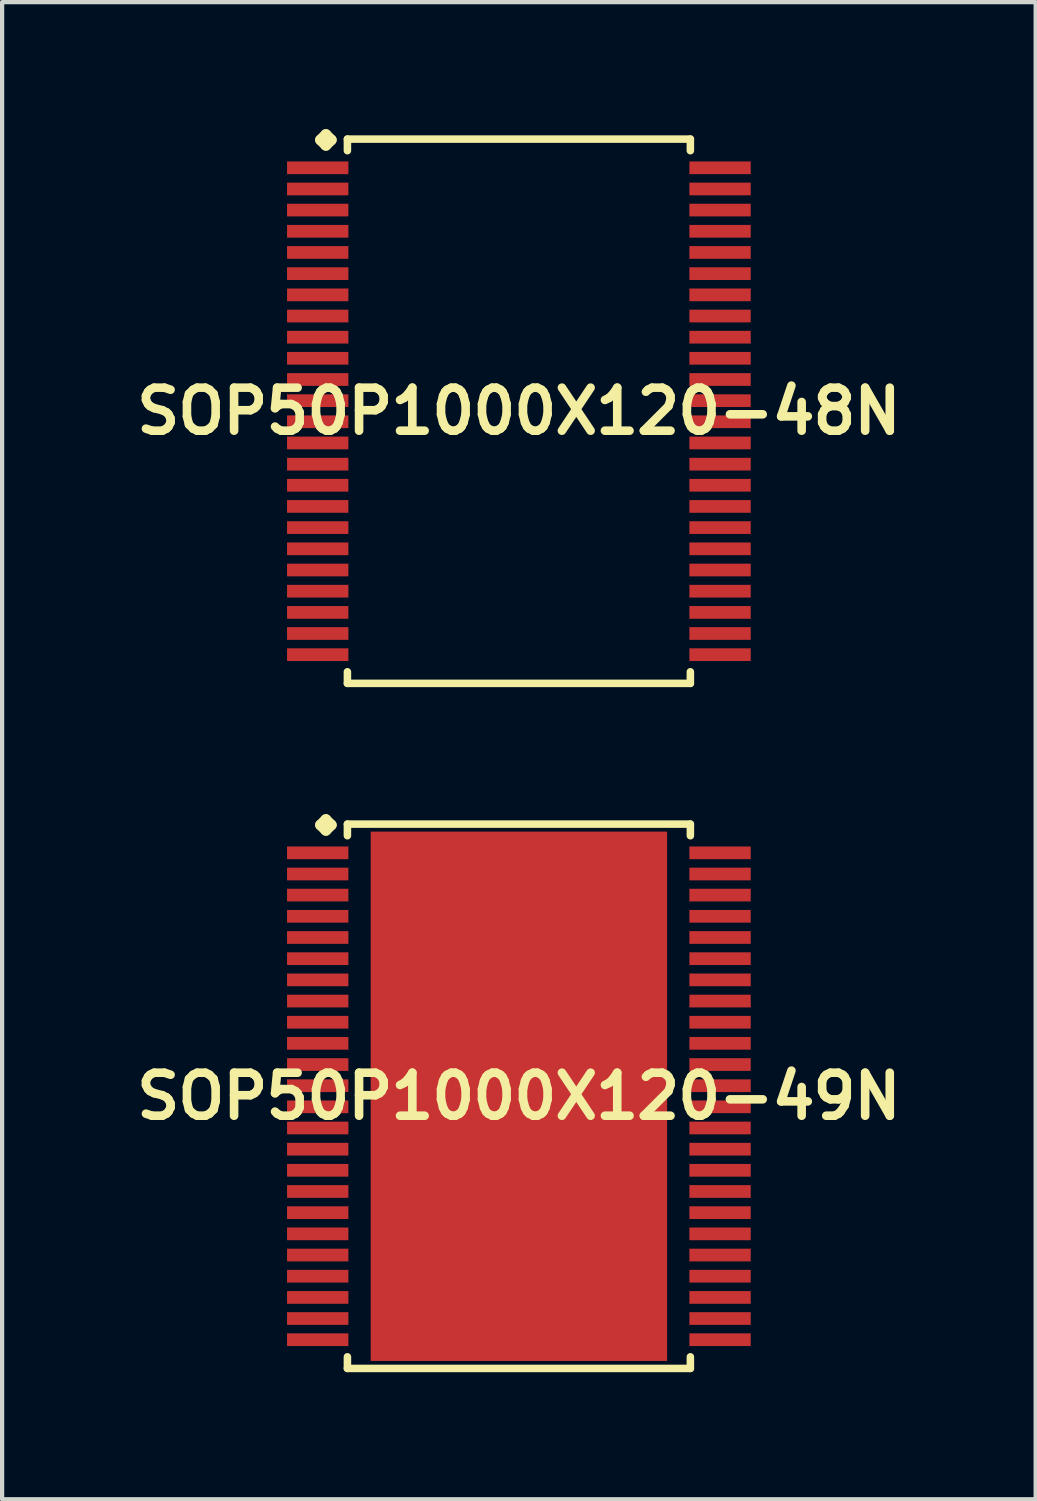
<source format=kicad_pcb>
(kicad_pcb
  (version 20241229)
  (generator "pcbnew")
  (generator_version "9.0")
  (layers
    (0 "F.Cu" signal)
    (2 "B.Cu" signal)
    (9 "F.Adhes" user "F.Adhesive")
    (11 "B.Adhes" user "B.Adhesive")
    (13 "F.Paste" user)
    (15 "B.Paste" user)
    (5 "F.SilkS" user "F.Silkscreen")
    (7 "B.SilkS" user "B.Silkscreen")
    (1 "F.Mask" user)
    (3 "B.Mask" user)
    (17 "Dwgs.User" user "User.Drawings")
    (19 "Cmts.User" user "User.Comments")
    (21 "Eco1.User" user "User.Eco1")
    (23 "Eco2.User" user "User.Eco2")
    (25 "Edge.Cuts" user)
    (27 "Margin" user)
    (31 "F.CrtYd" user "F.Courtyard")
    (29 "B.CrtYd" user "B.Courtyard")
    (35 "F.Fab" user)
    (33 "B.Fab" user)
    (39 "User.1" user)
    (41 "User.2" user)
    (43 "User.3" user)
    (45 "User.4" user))
  (footprint "SOP50P1000X120-49N"
    (layer "F.Cu")
    (at 9.202 22.835)
    (property "Reference" "SOP50P1000X120-49N" (at 0 0 0) (layer "F.SilkS") (effects (font (size 1.016 1.016) (thickness 0.203))))
    (attr smd)
    (fp_line (start -4.684 -6.406) (end -4.557 -6.533) (stroke (width 0.254) (type solid)) (layer "F.SilkS"))
    (fp_line (start -4.557 -6.533) (end -4.43 -6.406) (stroke (width 0.254) (type solid)) (layer "F.SilkS"))
    (fp_line (start -4.557 -6.279) (end -4.684 -6.406) (stroke (width 0.254) (type solid)) (layer "F.SilkS"))
    (fp_line (start -4.43 -6.406) (end -4.557 -6.279) (stroke (width 0.254) (type solid)) (layer "F.SilkS"))
    (fp_line (start -4.049 -6.426) (end 4.049 -6.426) (stroke (width 0.178) (type solid)) (layer "F.SilkS"))
    (fp_line (start -4.049 -6.152) (end -4.049 -6.426) (stroke (width 0.178) (type solid)) (layer "F.SilkS"))
    (fp_line (start -4.049 6.152) (end -4.049 6.426) (stroke (width 0.178) (type solid)) (layer "F.SilkS"))
    (fp_line (start -4.049 6.426) (end 4.049 6.426) (stroke (width 0.178) (type solid)) (layer "F.SilkS"))
    (fp_line (start 4.049 -6.426) (end 4.049 -6.152) (stroke (width 0.178) (type solid)) (layer "F.SilkS"))
    (fp_line (start 4.049 6.426) (end 4.049 6.152) (stroke (width 0.178) (type solid)) (layer "F.SilkS"))
    (pad "1" smd rect (at -4.75 -5.748) (size 1.448 0.3) (layers "F.Cu" "F.Mask" "F.Paste"))
    (pad "2" smd rect (at -4.75 -5.248) (size 1.448 0.3) (layers "F.Cu" "F.Mask" "F.Paste"))
    (pad "3" smd rect (at -4.75 -4.75) (size 1.448 0.3) (layers "F.Cu" "F.Mask" "F.Paste"))
    (pad "4" smd rect (at -4.75 -4.249) (size 1.448 0.3) (layers "F.Cu" "F.Mask" "F.Paste"))
    (pad "5" smd rect (at -4.75 -3.749) (size 1.448 0.3) (layers "F.Cu" "F.Mask" "F.Paste"))
    (pad "6" smd rect (at -4.75 -3.249) (size 1.448 0.3) (layers "F.Cu" "F.Mask" "F.Paste"))
    (pad "7" smd rect (at -4.75 -2.748) (size 1.448 0.3) (layers "F.Cu" "F.Mask" "F.Paste"))
    (pad "8" smd rect (at -4.75 -2.248) (size 1.448 0.3) (layers "F.Cu" "F.Mask" "F.Paste"))
    (pad "9" smd rect (at -4.75 -1.748) (size 1.448 0.3) (layers "F.Cu" "F.Mask" "F.Paste"))
    (pad "10" smd rect (at -4.75 -1.25) (size 1.448 0.3) (layers "F.Cu" "F.Mask" "F.Paste"))
    (pad "11" smd rect (at -4.75 -0.749) (size 1.448 0.3) (layers "F.Cu" "F.Mask" "F.Paste"))
    (pad "12" smd rect (at -4.75 -0.249) (size 1.448 0.3) (layers "F.Cu" "F.Mask" "F.Paste"))
    (pad "13" smd rect (at -4.75 0.249) (size 1.448 0.3) (layers "F.Cu" "F.Mask" "F.Paste"))
    (pad "14" smd rect (at -4.75 0.749) (size 1.448 0.3) (layers "F.Cu" "F.Mask" "F.Paste"))
    (pad "15" smd rect (at -4.75 1.25) (size 1.448 0.3) (layers "F.Cu" "F.Mask" "F.Paste"))
    (pad "16" smd rect (at -4.75 1.748) (size 1.448 0.3) (layers "F.Cu" "F.Mask" "F.Paste"))
    (pad "17" smd rect (at -4.75 2.248) (size 1.448 0.3) (layers "F.Cu" "F.Mask" "F.Paste"))
    (pad "18" smd rect (at -4.75 2.748) (size 1.448 0.3) (layers "F.Cu" "F.Mask" "F.Paste"))
    (pad "19" smd rect (at -4.75 3.249) (size 1.448 0.3) (layers "F.Cu" "F.Mask" "F.Paste"))
    (pad "20" smd rect (at -4.75 3.749) (size 1.448 0.3) (layers "F.Cu" "F.Mask" "F.Paste"))
    (pad "21" smd rect (at -4.75 4.249) (size 1.448 0.3) (layers "F.Cu" "F.Mask" "F.Paste"))
    (pad "22" smd rect (at -4.75 4.75) (size 1.448 0.3) (layers "F.Cu" "F.Mask" "F.Paste"))
    (pad "23" smd rect (at -4.75 5.248) (size 1.448 0.3) (layers "F.Cu" "F.Mask" "F.Paste"))
    (pad "24" smd rect (at -4.75 5.748) (size 1.448 0.3) (layers "F.Cu" "F.Mask" "F.Paste"))
    (pad "25" smd rect (at 4.75 5.748) (size 1.448 0.3) (layers "F.Cu" "F.Mask" "F.Paste"))
    (pad "26" smd rect (at 4.75 5.248) (size 1.448 0.3) (layers "F.Cu" "F.Mask" "F.Paste"))
    (pad "27" smd rect (at 4.75 4.75) (size 1.448 0.3) (layers "F.Cu" "F.Mask" "F.Paste"))
    (pad "28" smd rect (at 4.75 4.249) (size 1.448 0.3) (layers "F.Cu" "F.Mask" "F.Paste"))
    (pad "29" smd rect (at 4.75 3.749) (size 1.448 0.3) (layers "F.Cu" "F.Mask" "F.Paste"))
    (pad "30" smd rect (at 4.75 3.249) (size 1.448 0.3) (layers "F.Cu" "F.Mask" "F.Paste"))
    (pad "31" smd rect (at 4.75 2.748) (size 1.448 0.3) (layers "F.Cu" "F.Mask" "F.Paste"))
    (pad "32" smd rect (at 4.75 2.248) (size 1.448 0.3) (layers "F.Cu" "F.Mask" "F.Paste"))
    (pad "33" smd rect (at 4.75 1.748) (size 1.448 0.3) (layers "F.Cu" "F.Mask" "F.Paste"))
    (pad "34" smd rect (at 4.75 1.25) (size 1.448 0.3) (layers "F.Cu" "F.Mask" "F.Paste"))
    (pad "35" smd rect (at 4.75 0.749) (size 1.448 0.3) (layers "F.Cu" "F.Mask" "F.Paste"))
    (pad "36" smd rect (at 4.75 0.249) (size 1.448 0.3) (layers "F.Cu" "F.Mask" "F.Paste"))
    (pad "37" smd rect (at 4.75 -0.249) (size 1.448 0.3) (layers "F.Cu" "F.Mask" "F.Paste"))
    (pad "38" smd rect (at 4.75 -0.749) (size 1.448 0.3) (layers "F.Cu" "F.Mask" "F.Paste"))
    (pad "39" smd rect (at 4.75 -1.25) (size 1.448 0.3) (layers "F.Cu" "F.Mask" "F.Paste"))
    (pad "40" smd rect (at 4.75 -1.748) (size 1.448 0.3) (layers "F.Cu" "F.Mask" "F.Paste"))
    (pad "41" smd rect (at 4.75 -2.248) (size 1.448 0.3) (layers "F.Cu" "F.Mask" "F.Paste"))
    (pad "42" smd rect (at 4.75 -2.748) (size 1.448 0.3) (layers "F.Cu" "F.Mask" "F.Paste"))
    (pad "43" smd rect (at 4.75 -3.249) (size 1.448 0.3) (layers "F.Cu" "F.Mask" "F.Paste"))
    (pad "44" smd rect (at 4.75 -3.749) (size 1.448 0.3) (layers "F.Cu" "F.Mask" "F.Paste"))
    (pad "45" smd rect (at 4.75 -4.249) (size 1.448 0.3) (layers "F.Cu" "F.Mask" "F.Paste"))
    (pad "46" smd rect (at 4.75 -4.75) (size 1.448 0.3) (layers "F.Cu" "F.Mask" "F.Paste"))
    (pad "47" smd rect (at 4.75 -5.248) (size 1.448 0.3) (layers "F.Cu" "F.Mask" "F.Paste"))
    (pad "48" smd rect (at 4.75 -5.748) (size 1.448 0.3) (layers "F.Cu" "F.Mask" "F.Paste"))
    (pad "49" smd rect (at 0 0) (size 6.998 12.499) (layers "F.Cu" "F.Mask" "F.Paste")))
  (footprint "SOP50P1000X120-48N"
    (layer "F.Cu")
    (at 9.202 6.66)
    (property "Reference" "SOP50P1000X120-48N" (at 0 0 0) (layer "F.SilkS") (effects (font (size 1.016 1.016) (thickness 0.203))))
    (attr smd)
    (fp_line (start -4.684 -6.406) (end -4.557 -6.533) (stroke (width 0.254) (type solid)) (layer "F.SilkS"))
    (fp_line (start -4.557 -6.533) (end -4.43 -6.406) (stroke (width 0.254) (type solid)) (layer "F.SilkS"))
    (fp_line (start -4.557 -6.279) (end -4.684 -6.406) (stroke (width 0.254) (type solid)) (layer "F.SilkS"))
    (fp_line (start -4.43 -6.406) (end -4.557 -6.279) (stroke (width 0.254) (type solid)) (layer "F.SilkS"))
    (fp_line (start -4.049 -6.426) (end 4.049 -6.426) (stroke (width 0.178) (type solid)) (layer "F.SilkS"))
    (fp_line (start -4.049 -6.152) (end -4.049 -6.426) (stroke (width 0.178) (type solid)) (layer "F.SilkS"))
    (fp_line (start -4.049 6.152) (end -4.049 6.426) (stroke (width 0.178) (type solid)) (layer "F.SilkS"))
    (fp_line (start -4.049 6.426) (end 4.049 6.426) (stroke (width 0.178) (type solid)) (layer "F.SilkS"))
    (fp_line (start 4.049 -6.426) (end 4.049 -6.152) (stroke (width 0.178) (type solid)) (layer "F.SilkS"))
    (fp_line (start 4.049 6.426) (end 4.049 6.152) (stroke (width 0.178) (type solid)) (layer "F.SilkS"))
    (pad "1" smd rect (at -4.75 -5.748) (size 1.448 0.3) (layers "F.Cu" "F.Mask" "F.Paste"))
    (pad "2" smd rect (at -4.75 -5.248) (size 1.448 0.3) (layers "F.Cu" "F.Mask" "F.Paste"))
    (pad "3" smd rect (at -4.75 -4.75) (size 1.448 0.3) (layers "F.Cu" "F.Mask" "F.Paste"))
    (pad "4" smd rect (at -4.75 -4.249) (size 1.448 0.3) (layers "F.Cu" "F.Mask" "F.Paste"))
    (pad "5" smd rect (at -4.75 -3.749) (size 1.448 0.3) (layers "F.Cu" "F.Mask" "F.Paste"))
    (pad "6" smd rect (at -4.75 -3.249) (size 1.448 0.3) (layers "F.Cu" "F.Mask" "F.Paste"))
    (pad "7" smd rect (at -4.75 -2.748) (size 1.448 0.3) (layers "F.Cu" "F.Mask" "F.Paste"))
    (pad "8" smd rect (at -4.75 -2.248) (size 1.448 0.3) (layers "F.Cu" "F.Mask" "F.Paste"))
    (pad "9" smd rect (at -4.75 -1.748) (size 1.448 0.3) (layers "F.Cu" "F.Mask" "F.Paste"))
    (pad "10" smd rect (at -4.75 -1.25) (size 1.448 0.3) (layers "F.Cu" "F.Mask" "F.Paste"))
    (pad "11" smd rect (at -4.75 -0.749) (size 1.448 0.3) (layers "F.Cu" "F.Mask" "F.Paste"))
    (pad "12" smd rect (at -4.75 -0.249) (size 1.448 0.3) (layers "F.Cu" "F.Mask" "F.Paste"))
    (pad "13" smd rect (at -4.75 0.249) (size 1.448 0.3) (layers "F.Cu" "F.Mask" "F.Paste"))
    (pad "14" smd rect (at -4.75 0.749) (size 1.448 0.3) (layers "F.Cu" "F.Mask" "F.Paste"))
    (pad "15" smd rect (at -4.75 1.25) (size 1.448 0.3) (layers "F.Cu" "F.Mask" "F.Paste"))
    (pad "16" smd rect (at -4.75 1.748) (size 1.448 0.3) (layers "F.Cu" "F.Mask" "F.Paste"))
    (pad "17" smd rect (at -4.75 2.248) (size 1.448 0.3) (layers "F.Cu" "F.Mask" "F.Paste"))
    (pad "18" smd rect (at -4.75 2.748) (size 1.448 0.3) (layers "F.Cu" "F.Mask" "F.Paste"))
    (pad "19" smd rect (at -4.75 3.249) (size 1.448 0.3) (layers "F.Cu" "F.Mask" "F.Paste"))
    (pad "20" smd rect (at -4.75 3.749) (size 1.448 0.3) (layers "F.Cu" "F.Mask" "F.Paste"))
    (pad "21" smd rect (at -4.75 4.249) (size 1.448 0.3) (layers "F.Cu" "F.Mask" "F.Paste"))
    (pad "22" smd rect (at -4.75 4.75) (size 1.448 0.3) (layers "F.Cu" "F.Mask" "F.Paste"))
    (pad "23" smd rect (at -4.75 5.248) (size 1.448 0.3) (layers "F.Cu" "F.Mask" "F.Paste"))
    (pad "24" smd rect (at -4.75 5.748) (size 1.448 0.3) (layers "F.Cu" "F.Mask" "F.Paste"))
    (pad "25" smd rect (at 4.75 5.748) (size 1.448 0.3) (layers "F.Cu" "F.Mask" "F.Paste"))
    (pad "26" smd rect (at 4.75 5.248) (size 1.448 0.3) (layers "F.Cu" "F.Mask" "F.Paste"))
    (pad "27" smd rect (at 4.75 4.75) (size 1.448 0.3) (layers "F.Cu" "F.Mask" "F.Paste"))
    (pad "28" smd rect (at 4.75 4.249) (size 1.448 0.3) (layers "F.Cu" "F.Mask" "F.Paste"))
    (pad "29" smd rect (at 4.75 3.749) (size 1.448 0.3) (layers "F.Cu" "F.Mask" "F.Paste"))
    (pad "30" smd rect (at 4.75 3.249) (size 1.448 0.3) (layers "F.Cu" "F.Mask" "F.Paste"))
    (pad "31" smd rect (at 4.75 2.748) (size 1.448 0.3) (layers "F.Cu" "F.Mask" "F.Paste"))
    (pad "32" smd rect (at 4.75 2.248) (size 1.448 0.3) (layers "F.Cu" "F.Mask" "F.Paste"))
    (pad "33" smd rect (at 4.75 1.748) (size 1.448 0.3) (layers "F.Cu" "F.Mask" "F.Paste"))
    (pad "34" smd rect (at 4.75 1.25) (size 1.448 0.3) (layers "F.Cu" "F.Mask" "F.Paste"))
    (pad "35" smd rect (at 4.75 0.749) (size 1.448 0.3) (layers "F.Cu" "F.Mask" "F.Paste"))
    (pad "36" smd rect (at 4.75 0.249) (size 1.448 0.3) (layers "F.Cu" "F.Mask" "F.Paste"))
    (pad "37" smd rect (at 4.75 -0.249) (size 1.448 0.3) (layers "F.Cu" "F.Mask" "F.Paste"))
    (pad "38" smd rect (at 4.75 -0.749) (size 1.448 0.3) (layers "F.Cu" "F.Mask" "F.Paste"))
    (pad "39" smd rect (at 4.75 -1.25) (size 1.448 0.3) (layers "F.Cu" "F.Mask" "F.Paste"))
    (pad "40" smd rect (at 4.75 -1.748) (size 1.448 0.3) (layers "F.Cu" "F.Mask" "F.Paste"))
    (pad "41" smd rect (at 4.75 -2.248) (size 1.448 0.3) (layers "F.Cu" "F.Mask" "F.Paste"))
    (pad "42" smd rect (at 4.75 -2.748) (size 1.448 0.3) (layers "F.Cu" "F.Mask" "F.Paste"))
    (pad "43" smd rect (at 4.75 -3.249) (size 1.448 0.3) (layers "F.Cu" "F.Mask" "F.Paste"))
    (pad "44" smd rect (at 4.75 -3.749) (size 1.448 0.3) (layers "F.Cu" "F.Mask" "F.Paste"))
    (pad "45" smd rect (at 4.75 -4.249) (size 1.448 0.3) (layers "F.Cu" "F.Mask" "F.Paste"))
    (pad "46" smd rect (at 4.75 -4.75) (size 1.448 0.3) (layers "F.Cu" "F.Mask" "F.Paste"))
    (pad "47" smd rect (at 4.75 -5.248) (size 1.448 0.3) (layers "F.Cu" "F.Mask" "F.Paste"))
    (pad "48" smd rect (at 4.75 -5.748) (size 1.448 0.3) (layers "F.Cu" "F.Mask" "F.Paste")))
  (gr_rect
    (start -3 -3)
    (end 21.404 32.35)
    (stroke (width 0.1) (type default))
    (fill no)
    (layer "Edge.Cuts")))
</source>
